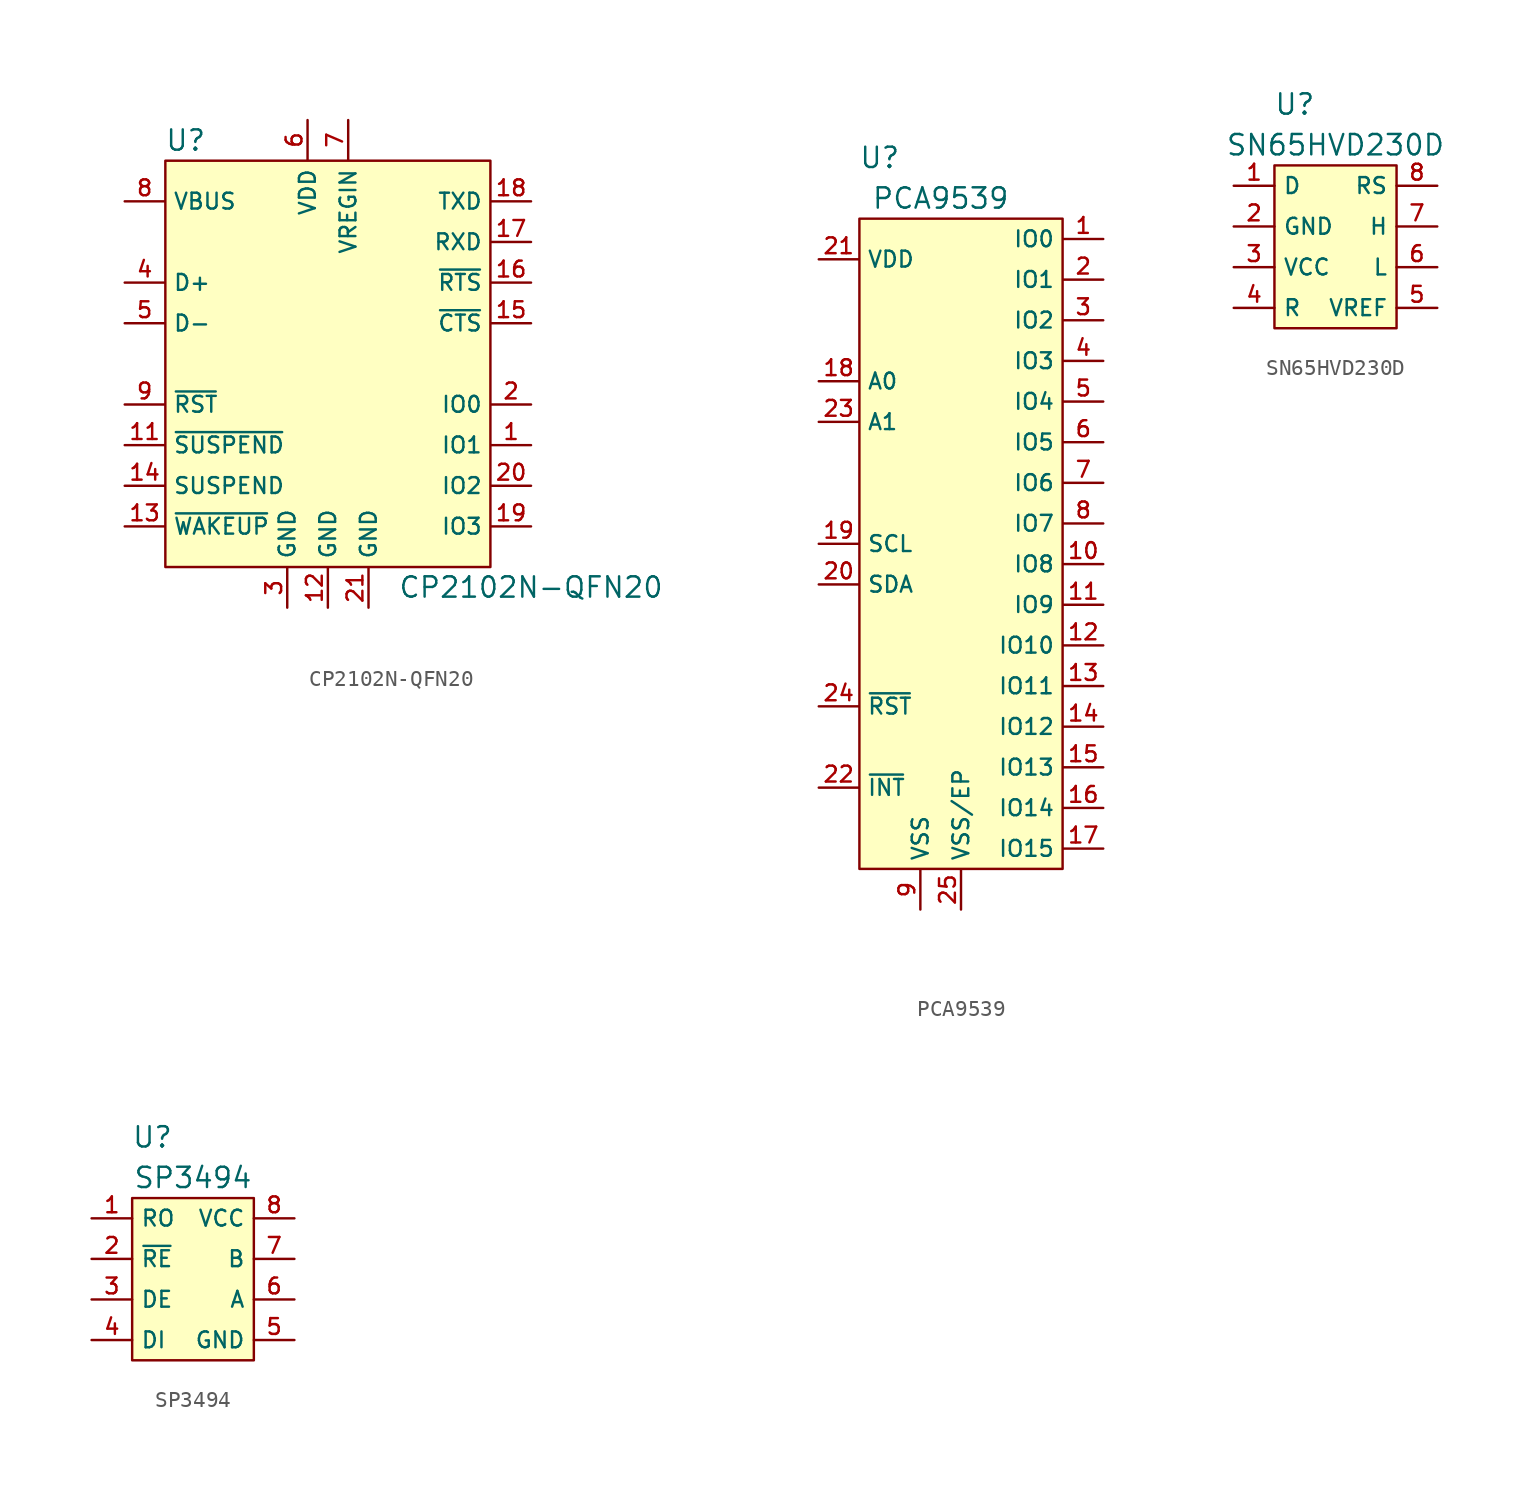
<source format=kicad_sym>
(kicad_symbol_lib
  (version 20211014)
  (generator kicad_symbol_editor)
  (symbol "CP2102N-QFN20"
    (property "Reference" "U"
      (at 3.81 3.81 0)
      (effects (font (size 1.27 1.27))))
    (property "Value" "CP2102N-QFN20"
      (at 25.4 -24.13 0)
      (effects (font (size 1.27 1.27))))
    (symbol "CP2102N-QFN20_0_1"
      (rectangle (start 2.54 2.54) (end 22.86 -22.86) (stroke (width 0) (type default) (color 0 0 0 0)) (fill (type background))))
    (symbol "CP2102N-QFN20_1_1"
      (pin bidirectional line (at 25.4 -15.24 180) (length 2.489) (name "IO1" (effects (font (size 0.991 0.991)))) (number "1" (effects (font (size 0.991 0.991)))))
      (pin no_connect line (at 0 -10.16 0) (length 2.489) hide (name "NC" (effects (font (size 0.991 0.991)))) (number "10" (effects (font (size 0.991 0.991)))))
      (pin output line (at 0 -15.24 0) (length 2.489) (name "~{SUSPEND}" (effects (font (size 0.991 0.991)))) (number "11" (effects (font (size 0.991 0.991)))))
      (pin power_in line (at 12.7 -25.4 90) (length 2.489) (name "GND" (effects (font (size 0.991 0.991)))) (number "12" (effects (font (size 0.991 0.991)))))
      (pin input line (at 0 -20.32 0) (length 2.489) (name "~{WAKEUP}" (effects (font (size 0.991 0.991)))) (number "13" (effects (font (size 0.991 0.991)))))
      (pin output line (at 0 -17.78 0) (length 2.489) (name "SUSPEND" (effects (font (size 0.991 0.991)))) (number "14" (effects (font (size 0.991 0.991)))))
      (pin input line (at 25.4 -7.62 180) (length 2.489) (name "~{CTS}" (effects (font (size 0.991 0.991)))) (number "15" (effects (font (size 0.991 0.991)))))
      (pin output line (at 25.4 -5.08 180) (length 2.489) (name "~{RTS}" (effects (font (size 0.991 0.991)))) (number "16" (effects (font (size 0.991 0.991)))))
      (pin input line (at 25.4 -2.54 180) (length 2.489) (name "RXD" (effects (font (size 0.991 0.991)))) (number "17" (effects (font (size 0.991 0.991)))))
      (pin output line (at 25.4 0 180) (length 2.489) (name "TXD" (effects (font (size 0.991 0.991)))) (number "18" (effects (font (size 0.991 0.991)))))
      (pin bidirectional line (at 25.4 -20.32 180) (length 2.489) (name "IO3" (effects (font (size 0.991 0.991)))) (number "19" (effects (font (size 0.991 0.991)))))
      (pin bidirectional line (at 25.4 -12.7 180) (length 2.489) (name "IO0" (effects (font (size 0.991 0.991)))) (number "2" (effects (font (size 0.991 0.991)))))
      (pin bidirectional line (at 25.4 -17.78 180) (length 2.489) (name "IO2" (effects (font (size 0.991 0.991)))) (number "20" (effects (font (size 0.991 0.991)))))
      (pin power_in line (at 15.24 -25.4 90) (length 2.489) (name "GND" (effects (font (size 0.991 0.991)))) (number "21" (effects (font (size 0.991 0.991)))))
      (pin power_in line (at 10.16 -25.4 90) (length 2.489) (name "GND" (effects (font (size 0.991 0.991)))) (number "3" (effects (font (size 0.991 0.991)))))
      (pin bidirectional line (at 0 -5.08 0) (length 2.489) (name "D+" (effects (font (size 0.991 0.991)))) (number "4" (effects (font (size 0.991 0.991)))))
      (pin bidirectional line (at 0 -7.62 0) (length 2.489) (name "D-" (effects (font (size 0.991 0.991)))) (number "5" (effects (font (size 0.991 0.991)))))
      (pin power_out line (at 11.43 5.08 270) (length 2.489) (name "VDD" (effects (font (size 0.991 0.991)))) (number "6" (effects (font (size 0.991 0.991)))))
      (pin power_in line (at 13.97 5.08 270) (length 2.489) (name "VREGIN" (effects (font (size 0.991 0.991)))) (number "7" (effects (font (size 0.991 0.991)))))
      (pin input line (at 0 0 0) (length 2.489) (name "VBUS" (effects (font (size 0.991 0.991)))) (number "8" (effects (font (size 0.991 0.991)))))
      (pin input line (at 0 -12.7 0) (length 2.489) (name "~{RST}" (effects (font (size 0.991 0.991)))) (number "9" (effects (font (size 0.991 0.991)))))))
  (symbol "PCA9539"
    (property "Reference" "U"
      (at 3.81 6.35 0)
      (effects (font (size 1.27 1.27))))
    (property "Value" "PCA9539"
      (at 7.62 3.81 0)
      (effects (font (size 1.27 1.27))))
    (symbol "PCA9539_0_1"
      (rectangle (start 2.54 2.54) (end 15.24 -38.1) (stroke (width 0) (type default) (color 0 0 0 0)) (fill (type background))))
    (symbol "PCA9539_1_1"
      (pin bidirectional line (at 17.78 1.27 180) (length 2.489) (name "IO0" (effects (font (size 0.991 0.991)))) (number "1" (effects (font (size 0.991 0.991)))))
      (pin bidirectional line (at 17.78 -19.05 180) (length 2.489) (name "IO8" (effects (font (size 0.991 0.991)))) (number "10" (effects (font (size 0.991 0.991)))))
      (pin bidirectional line (at 17.78 -21.59 180) (length 2.489) (name "IO9" (effects (font (size 0.991 0.991)))) (number "11" (effects (font (size 0.991 0.991)))))
      (pin bidirectional line (at 17.78 -24.13 180) (length 2.489) (name "IO10" (effects (font (size 0.991 0.991)))) (number "12" (effects (font (size 0.991 0.991)))))
      (pin bidirectional line (at 17.78 -26.67 180) (length 2.489) (name "IO11" (effects (font (size 0.991 0.991)))) (number "13" (effects (font (size 0.991 0.991)))))
      (pin bidirectional line (at 17.78 -29.21 180) (length 2.489) (name "IO12" (effects (font (size 0.991 0.991)))) (number "14" (effects (font (size 0.991 0.991)))))
      (pin bidirectional line (at 17.78 -31.75 180) (length 2.489) (name "IO13" (effects (font (size 0.991 0.991)))) (number "15" (effects (font (size 0.991 0.991)))))
      (pin bidirectional line (at 17.78 -34.29 180) (length 2.489) (name "IO14" (effects (font (size 0.991 0.991)))) (number "16" (effects (font (size 0.991 0.991)))))
      (pin bidirectional line (at 17.78 -36.83 180) (length 2.489) (name "IO15" (effects (font (size 0.991 0.991)))) (number "17" (effects (font (size 0.991 0.991)))))
      (pin input line (at 0 -7.62 0) (length 2.489) (name "A0" (effects (font (size 0.991 0.991)))) (number "18" (effects (font (size 0.991 0.991)))))
      (pin input line (at 0 -17.78 0) (length 2.489) (name "SCL" (effects (font (size 0.991 0.991)))) (number "19" (effects (font (size 0.991 0.991)))))
      (pin bidirectional line (at 17.78 -1.27 180) (length 2.489) (name "IO1" (effects (font (size 0.991 0.991)))) (number "2" (effects (font (size 0.991 0.991)))))
      (pin bidirectional line (at 0 -20.32 0) (length 2.489) (name "SDA" (effects (font (size 0.991 0.991)))) (number "20" (effects (font (size 0.991 0.991)))))
      (pin power_in line (at 0 0 0) (length 2.489) (name "VDD" (effects (font (size 0.991 0.991)))) (number "21" (effects (font (size 0.991 0.991)))))
      (pin output line (at 0 -33.02 0) (length 2.489) (name "~{INT}" (effects (font (size 0.991 0.991)))) (number "22" (effects (font (size 0.991 0.991)))))
      (pin input line (at 0 -10.16 0) (length 2.489) (name "A1" (effects (font (size 0.991 0.991)))) (number "23" (effects (font (size 0.991 0.991)))))
      (pin input line (at 0 -27.94 0) (length 2.489) (name "~{RST}" (effects (font (size 0.991 0.991)))) (number "24" (effects (font (size 0.991 0.991)))))
      (pin power_in line (at 8.89 -40.64 90) (length 2.489) (name "VSS/EP" (effects (font (size 0.991 0.991)))) (number "25" (effects (font (size 0.991 0.991)))))
      (pin bidirectional line (at 17.78 -3.81 180) (length 2.489) (name "IO2" (effects (font (size 0.991 0.991)))) (number "3" (effects (font (size 0.991 0.991)))))
      (pin bidirectional line (at 17.78 -6.35 180) (length 2.489) (name "IO3" (effects (font (size 0.991 0.991)))) (number "4" (effects (font (size 0.991 0.991)))))
      (pin bidirectional line (at 17.78 -8.89 180) (length 2.489) (name "IO4" (effects (font (size 0.991 0.991)))) (number "5" (effects (font (size 0.991 0.991)))))
      (pin bidirectional line (at 17.78 -11.43 180) (length 2.489) (name "IO5" (effects (font (size 0.991 0.991)))) (number "6" (effects (font (size 0.991 0.991)))))
      (pin bidirectional line (at 17.78 -13.97 180) (length 2.489) (name "IO6" (effects (font (size 0.991 0.991)))) (number "7" (effects (font (size 0.991 0.991)))))
      (pin bidirectional line (at 17.78 -16.51 180) (length 2.489) (name "IO7" (effects (font (size 0.991 0.991)))) (number "8" (effects (font (size 0.991 0.991)))))
      (pin power_in line (at 6.35 -40.64 90) (length 2.489) (name "VSS" (effects (font (size 0.991 0.991)))) (number "9" (effects (font (size 0.991 0.991)))))))
  (symbol "SN65HVD230D"
    (property "Reference" "U"
      (at 3.81 5.08 0)
      (effects (font (size 1.27 1.27))))
    (property "Value" "SN65HVD230D"
      (at 6.35 2.54 0)
      (effects (font (size 1.27 1.27))))
    (symbol "SN65HVD230D_0_1"
      (rectangle (start 10.16 1.27) (end 2.54 -8.89) (stroke (width 0) (type default) (color 0 0 0 0)) (fill (type background))))
    (symbol "SN65HVD230D_1_1"
      (pin input line (at 0 0 0) (length 2.54) (name "D" (effects (font (size 0.991 0.991)))) (number "1" (effects (font (size 0.991 0.991)))))
      (pin power_in line (at 0 -2.54 0) (length 2.54) (name "GND" (effects (font (size 0.991 0.991)))) (number "2" (effects (font (size 0.991 0.991)))))
      (pin power_in line (at 0 -5.08 0) (length 2.54) (name "VCC" (effects (font (size 0.991 0.991)))) (number "3" (effects (font (size 0.991 0.991)))))
      (pin output line (at 0 -7.62 0) (length 2.54) (name "R" (effects (font (size 0.991 0.991)))) (number "4" (effects (font (size 0.991 0.991)))))
      (pin output line (at 12.7 -7.62 180) (length 2.54) (name "VREF" (effects (font (size 0.991 0.991)))) (number "5" (effects (font (size 0.991 0.991)))))
      (pin bidirectional line (at 12.7 -5.08 180) (length 2.54) (name "L" (effects (font (size 0.991 0.991)))) (number "6" (effects (font (size 0.991 0.991)))))
      (pin bidirectional line (at 12.7 -2.54 180) (length 2.54) (name "H" (effects (font (size 0.991 0.991)))) (number "7" (effects (font (size 0.991 0.991)))))
      (pin input line (at 12.7 0 180) (length 2.54) (name "RS" (effects (font (size 0.991 0.991)))) (number "8" (effects (font (size 0.991 0.991)))))))
  (symbol "SP3494"
    (property "Reference" "U"
      (at 3.81 5.08 0)
      (effects (font (size 1.27 1.27))))
    (property "Value" "SP3494"
      (at 6.35 2.54 0)
      (effects (font (size 1.27 1.27))))
    (symbol "SP3494_0_1"
      (rectangle (start 10.16 1.27) (end 2.54 -8.89) (stroke (width 0) (type default) (color 0 0 0 0)) (fill (type background))))
    (symbol "SP3494_1_1"
      (pin output line (at 0 0 0) (length 2.54) (name "RO" (effects (font (size 0.991 0.991)))) (number "1" (effects (font (size 0.991 0.991)))))
      (pin input line (at 0 -2.54 0) (length 2.54) (name "~{RE}" (effects (font (size 0.991 0.991)))) (number "2" (effects (font (size 0.991 0.991)))))
      (pin input line (at 0 -5.08 0) (length 2.54) (name "DE" (effects (font (size 0.991 0.991)))) (number "3" (effects (font (size 0.991 0.991)))))
      (pin input line (at 0 -7.62 0) (length 2.54) (name "DI" (effects (font (size 0.991 0.991)))) (number "4" (effects (font (size 0.991 0.991)))))
      (pin power_in line (at 12.7 -7.62 180) (length 2.54) (name "GND" (effects (font (size 0.991 0.991)))) (number "5" (effects (font (size 0.991 0.991)))))
      (pin bidirectional line (at 12.7 -5.08 180) (length 2.54) (name "A" (effects (font (size 0.991 0.991)))) (number "6" (effects (font (size 0.991 0.991)))))
      (pin bidirectional line (at 12.7 -2.54 180) (length 2.54) (name "B" (effects (font (size 0.991 0.991)))) (number "7" (effects (font (size 0.991 0.991)))))
      (pin power_in line (at 12.7 0 180) (length 2.54) (name "VCC" (effects (font (size 0.991 0.991)))) (number "8" (effects (font (size 0.991 0.991))))))))
</source>
